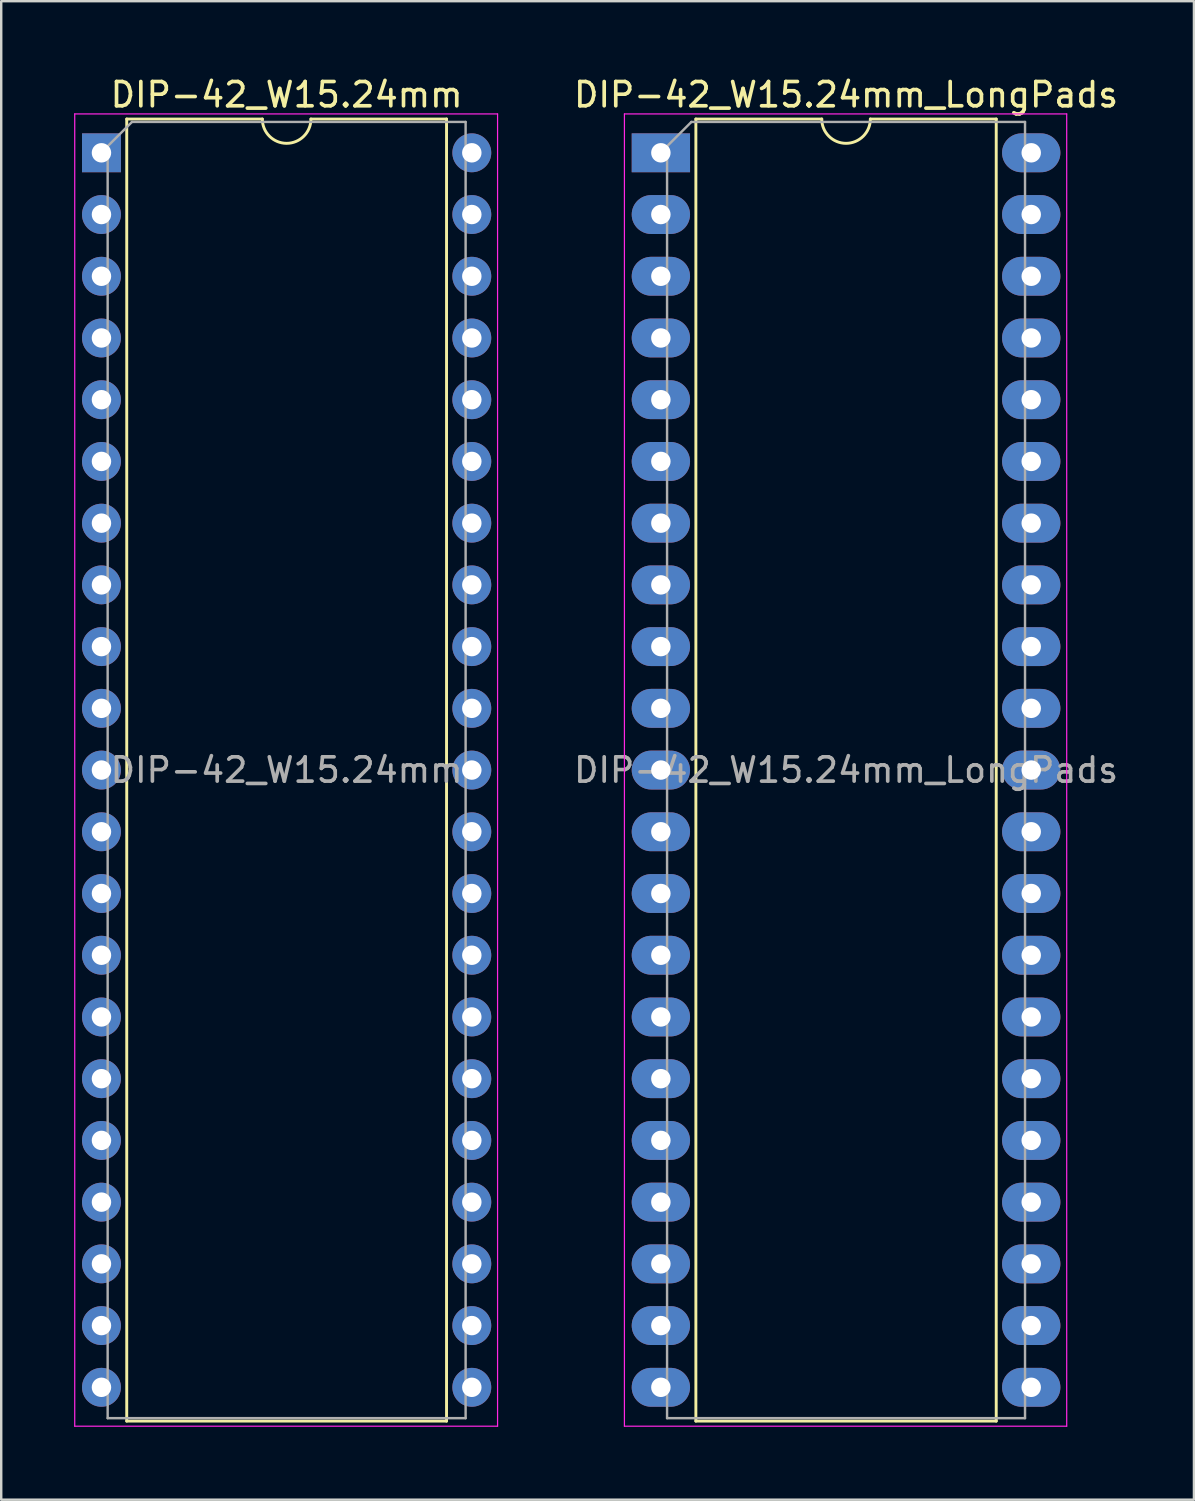
<source format=kicad_pcb>
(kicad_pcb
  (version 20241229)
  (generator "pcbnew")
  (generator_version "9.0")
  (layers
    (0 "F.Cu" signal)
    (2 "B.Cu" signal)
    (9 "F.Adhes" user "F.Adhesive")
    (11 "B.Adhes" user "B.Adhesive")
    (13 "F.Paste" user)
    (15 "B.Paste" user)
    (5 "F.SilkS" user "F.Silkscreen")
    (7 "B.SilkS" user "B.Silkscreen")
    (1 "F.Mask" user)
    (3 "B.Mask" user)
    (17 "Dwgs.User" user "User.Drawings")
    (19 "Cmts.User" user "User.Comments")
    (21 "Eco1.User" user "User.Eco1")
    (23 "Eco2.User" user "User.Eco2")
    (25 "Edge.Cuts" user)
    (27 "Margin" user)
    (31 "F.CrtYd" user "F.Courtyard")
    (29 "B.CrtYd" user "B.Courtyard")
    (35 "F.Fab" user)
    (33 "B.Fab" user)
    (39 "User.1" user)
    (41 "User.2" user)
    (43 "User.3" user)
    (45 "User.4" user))
  (footprint "DIP-42_W15.24mm_LongPads"
    (layer "F.Cu")
    (at 24.145 3.238)
    (property "Reference" "DIP-42_W15.24mm_LongPads" (at 7.62 -2.39 0) (layer "F.SilkS") (effects (font (size 1 1) (thickness 0.15))))
    (attr through_hole)
    (fp_line (start 1.44 -1.39) (end 1.44 52.19) (stroke (width 0.12) (type solid)) (layer "F.SilkS"))
    (fp_line (start 1.44 52.19) (end 13.8 52.19) (stroke (width 0.12) (type solid)) (layer "F.SilkS"))
    (fp_line (start 6.62 -1.39) (end 1.44 -1.39) (stroke (width 0.12) (type solid)) (layer "F.SilkS"))
    (fp_line (start 13.8 -1.39) (end 8.62 -1.39) (stroke (width 0.12) (type solid)) (layer "F.SilkS"))
    (fp_line (start 13.8 52.19) (end 13.8 -1.39) (stroke (width 0.12) (type solid)) (layer "F.SilkS"))
    (fp_arc (start 8.62 -1.39) (mid 7.62 -0.39) (end 6.62 -1.39) (stroke (width 0.12) (type solid)) (layer "F.SilkS"))
    (fp_line (start -1.5 -1.6) (end -1.5 52.4) (stroke (width 0.05) (type solid)) (layer "F.CrtYd"))
    (fp_line (start -1.5 52.4) (end 16.7 52.4) (stroke (width 0.05) (type solid)) (layer "F.CrtYd"))
    (fp_line (start 16.7 -1.6) (end -1.5 -1.6) (stroke (width 0.05) (type solid)) (layer "F.CrtYd"))
    (fp_line (start 16.7 52.4) (end 16.7 -1.6) (stroke (width 0.05) (type solid)) (layer "F.CrtYd"))
    (fp_line (start 0.255 -0.27) (end 1.255 -1.27) (stroke (width 0.1) (type solid)) (layer "F.Fab"))
    (fp_line (start 0.255 52.07) (end 0.255 -0.27) (stroke (width 0.1) (type solid)) (layer "F.Fab"))
    (fp_line (start 1.255 -1.27) (end 14.985 -1.27) (stroke (width 0.1) (type solid)) (layer "F.Fab"))
    (fp_line (start 14.985 -1.27) (end 14.985 52.07) (stroke (width 0.1) (type solid)) (layer "F.Fab"))
    (fp_line (start 14.985 52.07) (end 0.255 52.07) (stroke (width 0.1) (type solid)) (layer "F.Fab"))
    (fp_text user "${REFERENCE}" (at 7.62 25.4 0) (layer "F.Fab") (effects (font (size 1 1) (thickness 0.15))))
    (pad "1" thru_hole rect (at 0 0) (size 2.4 1.6) (drill 0.8) (layers "*.Cu" "*.Mask"))
    (pad "2" thru_hole oval (at 0 2.54) (size 2.4 1.6) (drill 0.8) (layers "*.Cu" "*.Mask"))
    (pad "3" thru_hole oval (at 0 5.08) (size 2.4 1.6) (drill 0.8) (layers "*.Cu" "*.Mask"))
    (pad "4" thru_hole oval (at 0 7.62) (size 2.4 1.6) (drill 0.8) (layers "*.Cu" "*.Mask"))
    (pad "5" thru_hole oval (at 0 10.16) (size 2.4 1.6) (drill 0.8) (layers "*.Cu" "*.Mask"))
    (pad "6" thru_hole oval (at 0 12.7) (size 2.4 1.6) (drill 0.8) (layers "*.Cu" "*.Mask"))
    (pad "7" thru_hole oval (at 0 15.24) (size 2.4 1.6) (drill 0.8) (layers "*.Cu" "*.Mask"))
    (pad "8" thru_hole oval (at 0 17.78) (size 2.4 1.6) (drill 0.8) (layers "*.Cu" "*.Mask"))
    (pad "9" thru_hole oval (at 0 20.32) (size 2.4 1.6) (drill 0.8) (layers "*.Cu" "*.Mask"))
    (pad "10" thru_hole oval (at 0 22.86) (size 2.4 1.6) (drill 0.8) (layers "*.Cu" "*.Mask"))
    (pad "11" thru_hole oval (at 0 25.4) (size 2.4 1.6) (drill 0.8) (layers "*.Cu" "*.Mask"))
    (pad "12" thru_hole oval (at 0 27.94) (size 2.4 1.6) (drill 0.8) (layers "*.Cu" "*.Mask"))
    (pad "13" thru_hole oval (at 0 30.48) (size 2.4 1.6) (drill 0.8) (layers "*.Cu" "*.Mask"))
    (pad "14" thru_hole oval (at 0 33.02) (size 2.4 1.6) (drill 0.8) (layers "*.Cu" "*.Mask"))
    (pad "15" thru_hole oval (at 0 35.56) (size 2.4 1.6) (drill 0.8) (layers "*.Cu" "*.Mask"))
    (pad "16" thru_hole oval (at 0 38.1) (size 2.4 1.6) (drill 0.8) (layers "*.Cu" "*.Mask"))
    (pad "17" thru_hole oval (at 0 40.64) (size 2.4 1.6) (drill 0.8) (layers "*.Cu" "*.Mask"))
    (pad "18" thru_hole oval (at 0 43.18) (size 2.4 1.6) (drill 0.8) (layers "*.Cu" "*.Mask"))
    (pad "19" thru_hole oval (at 0 45.72) (size 2.4 1.6) (drill 0.8) (layers "*.Cu" "*.Mask"))
    (pad "20" thru_hole oval (at 0 48.26) (size 2.4 1.6) (drill 0.8) (layers "*.Cu" "*.Mask"))
    (pad "21" thru_hole oval (at 0 50.8) (size 2.4 1.6) (drill 0.8) (layers "*.Cu" "*.Mask"))
    (pad "22" thru_hole oval (at 15.24 50.8) (size 2.4 1.6) (drill 0.8) (layers "*.Cu" "*.Mask"))
    (pad "23" thru_hole oval (at 15.24 48.26) (size 2.4 1.6) (drill 0.8) (layers "*.Cu" "*.Mask"))
    (pad "24" thru_hole oval (at 15.24 45.72) (size 2.4 1.6) (drill 0.8) (layers "*.Cu" "*.Mask"))
    (pad "25" thru_hole oval (at 15.24 43.18) (size 2.4 1.6) (drill 0.8) (layers "*.Cu" "*.Mask"))
    (pad "26" thru_hole oval (at 15.24 40.64) (size 2.4 1.6) (drill 0.8) (layers "*.Cu" "*.Mask"))
    (pad "27" thru_hole oval (at 15.24 38.1) (size 2.4 1.6) (drill 0.8) (layers "*.Cu" "*.Mask"))
    (pad "28" thru_hole oval (at 15.24 35.56) (size 2.4 1.6) (drill 0.8) (layers "*.Cu" "*.Mask"))
    (pad "29" thru_hole oval (at 15.24 33.02) (size 2.4 1.6) (drill 0.8) (layers "*.Cu" "*.Mask"))
    (pad "30" thru_hole oval (at 15.24 30.48) (size 2.4 1.6) (drill 0.8) (layers "*.Cu" "*.Mask"))
    (pad "31" thru_hole oval (at 15.24 27.94) (size 2.4 1.6) (drill 0.8) (layers "*.Cu" "*.Mask"))
    (pad "32" thru_hole oval (at 15.24 25.4) (size 2.4 1.6) (drill 0.8) (layers "*.Cu" "*.Mask"))
    (pad "33" thru_hole oval (at 15.24 22.86) (size 2.4 1.6) (drill 0.8) (layers "*.Cu" "*.Mask"))
    (pad "34" thru_hole oval (at 15.24 20.32) (size 2.4 1.6) (drill 0.8) (layers "*.Cu" "*.Mask"))
    (pad "35" thru_hole oval (at 15.24 17.78) (size 2.4 1.6) (drill 0.8) (layers "*.Cu" "*.Mask"))
    (pad "36" thru_hole oval (at 15.24 15.24) (size 2.4 1.6) (drill 0.8) (layers "*.Cu" "*.Mask"))
    (pad "37" thru_hole oval (at 15.24 12.7) (size 2.4 1.6) (drill 0.8) (layers "*.Cu" "*.Mask"))
    (pad "38" thru_hole oval (at 15.24 10.16) (size 2.4 1.6) (drill 0.8) (layers "*.Cu" "*.Mask"))
    (pad "39" thru_hole oval (at 15.24 7.62) (size 2.4 1.6) (drill 0.8) (layers "*.Cu" "*.Mask"))
    (pad "40" thru_hole oval (at 15.24 5.08) (size 2.4 1.6) (drill 0.8) (layers "*.Cu" "*.Mask"))
    (pad "41" thru_hole oval (at 15.24 2.54) (size 2.4 1.6) (drill 0.8) (layers "*.Cu" "*.Mask"))
    (pad "42" thru_hole oval (at 15.24 0) (size 2.4 1.6) (drill 0.8) (layers "*.Cu" "*.Mask")))
  (footprint "DIP-42_W15.24mm"
    (layer "F.Cu")
    (at 1.125 3.238)
    (property "Reference" "DIP-42_W15.24mm" (at 7.62 -2.39 0) (layer "F.SilkS") (effects (font (size 1 1) (thickness 0.15))))
    (attr through_hole)
    (fp_line (start 1.04 -1.39) (end 1.04 52.19) (stroke (width 0.12) (type solid)) (layer "F.SilkS"))
    (fp_line (start 1.04 52.19) (end 14.2 52.19) (stroke (width 0.12) (type solid)) (layer "F.SilkS"))
    (fp_line (start 6.62 -1.39) (end 1.04 -1.39) (stroke (width 0.12) (type solid)) (layer "F.SilkS"))
    (fp_line (start 14.2 -1.39) (end 8.62 -1.39) (stroke (width 0.12) (type solid)) (layer "F.SilkS"))
    (fp_line (start 14.2 52.19) (end 14.2 -1.39) (stroke (width 0.12) (type solid)) (layer "F.SilkS"))
    (fp_arc (start 8.62 -1.39) (mid 7.62 -0.39) (end 6.62 -1.39) (stroke (width 0.12) (type solid)) (layer "F.SilkS"))
    (fp_line (start -1.1 -1.6) (end -1.1 52.4) (stroke (width 0.05) (type solid)) (layer "F.CrtYd"))
    (fp_line (start -1.1 52.4) (end 16.3 52.4) (stroke (width 0.05) (type solid)) (layer "F.CrtYd"))
    (fp_line (start 16.3 -1.6) (end -1.1 -1.6) (stroke (width 0.05) (type solid)) (layer "F.CrtYd"))
    (fp_line (start 16.3 52.4) (end 16.3 -1.6) (stroke (width 0.05) (type solid)) (layer "F.CrtYd"))
    (fp_line (start 0.255 -0.27) (end 1.255 -1.27) (stroke (width 0.1) (type solid)) (layer "F.Fab"))
    (fp_line (start 0.255 52.07) (end 0.255 -0.27) (stroke (width 0.1) (type solid)) (layer "F.Fab"))
    (fp_line (start 1.255 -1.27) (end 14.985 -1.27) (stroke (width 0.1) (type solid)) (layer "F.Fab"))
    (fp_line (start 14.985 -1.27) (end 14.985 52.07) (stroke (width 0.1) (type solid)) (layer "F.Fab"))
    (fp_line (start 14.985 52.07) (end 0.255 52.07) (stroke (width 0.1) (type solid)) (layer "F.Fab"))
    (fp_text user "${REFERENCE}" (at 7.62 25.4 0) (layer "F.Fab") (effects (font (size 1 1) (thickness 0.15))))
    (pad "1" thru_hole rect (at 0 0) (size 1.6 1.6) (drill 0.8) (layers "*.Cu" "*.Mask"))
    (pad "2" thru_hole oval (at 0 2.54) (size 1.6 1.6) (drill 0.8) (layers "*.Cu" "*.Mask"))
    (pad "3" thru_hole oval (at 0 5.08) (size 1.6 1.6) (drill 0.8) (layers "*.Cu" "*.Mask"))
    (pad "4" thru_hole oval (at 0 7.62) (size 1.6 1.6) (drill 0.8) (layers "*.Cu" "*.Mask"))
    (pad "5" thru_hole oval (at 0 10.16) (size 1.6 1.6) (drill 0.8) (layers "*.Cu" "*.Mask"))
    (pad "6" thru_hole oval (at 0 12.7) (size 1.6 1.6) (drill 0.8) (layers "*.Cu" "*.Mask"))
    (pad "7" thru_hole oval (at 0 15.24) (size 1.6 1.6) (drill 0.8) (layers "*.Cu" "*.Mask"))
    (pad "8" thru_hole oval (at 0 17.78) (size 1.6 1.6) (drill 0.8) (layers "*.Cu" "*.Mask"))
    (pad "9" thru_hole oval (at 0 20.32) (size 1.6 1.6) (drill 0.8) (layers "*.Cu" "*.Mask"))
    (pad "10" thru_hole oval (at 0 22.86) (size 1.6 1.6) (drill 0.8) (layers "*.Cu" "*.Mask"))
    (pad "11" thru_hole oval (at 0 25.4) (size 1.6 1.6) (drill 0.8) (layers "*.Cu" "*.Mask"))
    (pad "12" thru_hole oval (at 0 27.94) (size 1.6 1.6) (drill 0.8) (layers "*.Cu" "*.Mask"))
    (pad "13" thru_hole oval (at 0 30.48) (size 1.6 1.6) (drill 0.8) (layers "*.Cu" "*.Mask"))
    (pad "14" thru_hole oval (at 0 33.02) (size 1.6 1.6) (drill 0.8) (layers "*.Cu" "*.Mask"))
    (pad "15" thru_hole oval (at 0 35.56) (size 1.6 1.6) (drill 0.8) (layers "*.Cu" "*.Mask"))
    (pad "16" thru_hole oval (at 0 38.1) (size 1.6 1.6) (drill 0.8) (layers "*.Cu" "*.Mask"))
    (pad "17" thru_hole oval (at 0 40.64) (size 1.6 1.6) (drill 0.8) (layers "*.Cu" "*.Mask"))
    (pad "18" thru_hole oval (at 0 43.18) (size 1.6 1.6) (drill 0.8) (layers "*.Cu" "*.Mask"))
    (pad "19" thru_hole oval (at 0 45.72) (size 1.6 1.6) (drill 0.8) (layers "*.Cu" "*.Mask"))
    (pad "20" thru_hole oval (at 0 48.26) (size 1.6 1.6) (drill 0.8) (layers "*.Cu" "*.Mask"))
    (pad "21" thru_hole oval (at 0 50.8) (size 1.6 1.6) (drill 0.8) (layers "*.Cu" "*.Mask"))
    (pad "22" thru_hole oval (at 15.24 50.8) (size 1.6 1.6) (drill 0.8) (layers "*.Cu" "*.Mask"))
    (pad "23" thru_hole oval (at 15.24 48.26) (size 1.6 1.6) (drill 0.8) (layers "*.Cu" "*.Mask"))
    (pad "24" thru_hole oval (at 15.24 45.72) (size 1.6 1.6) (drill 0.8) (layers "*.Cu" "*.Mask"))
    (pad "25" thru_hole oval (at 15.24 43.18) (size 1.6 1.6) (drill 0.8) (layers "*.Cu" "*.Mask"))
    (pad "26" thru_hole oval (at 15.24 40.64) (size 1.6 1.6) (drill 0.8) (layers "*.Cu" "*.Mask"))
    (pad "27" thru_hole oval (at 15.24 38.1) (size 1.6 1.6) (drill 0.8) (layers "*.Cu" "*.Mask"))
    (pad "28" thru_hole oval (at 15.24 35.56) (size 1.6 1.6) (drill 0.8) (layers "*.Cu" "*.Mask"))
    (pad "29" thru_hole oval (at 15.24 33.02) (size 1.6 1.6) (drill 0.8) (layers "*.Cu" "*.Mask"))
    (pad "30" thru_hole oval (at 15.24 30.48) (size 1.6 1.6) (drill 0.8) (layers "*.Cu" "*.Mask"))
    (pad "31" thru_hole oval (at 15.24 27.94) (size 1.6 1.6) (drill 0.8) (layers "*.Cu" "*.Mask"))
    (pad "32" thru_hole oval (at 15.24 25.4) (size 1.6 1.6) (drill 0.8) (layers "*.Cu" "*.Mask"))
    (pad "33" thru_hole oval (at 15.24 22.86) (size 1.6 1.6) (drill 0.8) (layers "*.Cu" "*.Mask"))
    (pad "34" thru_hole oval (at 15.24 20.32) (size 1.6 1.6) (drill 0.8) (layers "*.Cu" "*.Mask"))
    (pad "35" thru_hole oval (at 15.24 17.78) (size 1.6 1.6) (drill 0.8) (layers "*.Cu" "*.Mask"))
    (pad "36" thru_hole oval (at 15.24 15.24) (size 1.6 1.6) (drill 0.8) (layers "*.Cu" "*.Mask"))
    (pad "37" thru_hole oval (at 15.24 12.7) (size 1.6 1.6) (drill 0.8) (layers "*.Cu" "*.Mask"))
    (pad "38" thru_hole oval (at 15.24 10.16) (size 1.6 1.6) (drill 0.8) (layers "*.Cu" "*.Mask"))
    (pad "39" thru_hole oval (at 15.24 7.62) (size 1.6 1.6) (drill 0.8) (layers "*.Cu" "*.Mask"))
    (pad "40" thru_hole oval (at 15.24 5.08) (size 1.6 1.6) (drill 0.8) (layers "*.Cu" "*.Mask"))
    (pad "41" thru_hole oval (at 15.24 2.54) (size 1.6 1.6) (drill 0.8) (layers "*.Cu" "*.Mask"))
    (pad "42" thru_hole oval (at 15.24 0) (size 1.6 1.6) (drill 0.8) (layers "*.Cu" "*.Mask")))
  (gr_rect
    (start -3 -3)
    (end 46.081 58.663)
    (stroke (width 0.1) (type default))
    (fill no)
    (layer "Edge.Cuts")))
</source>
